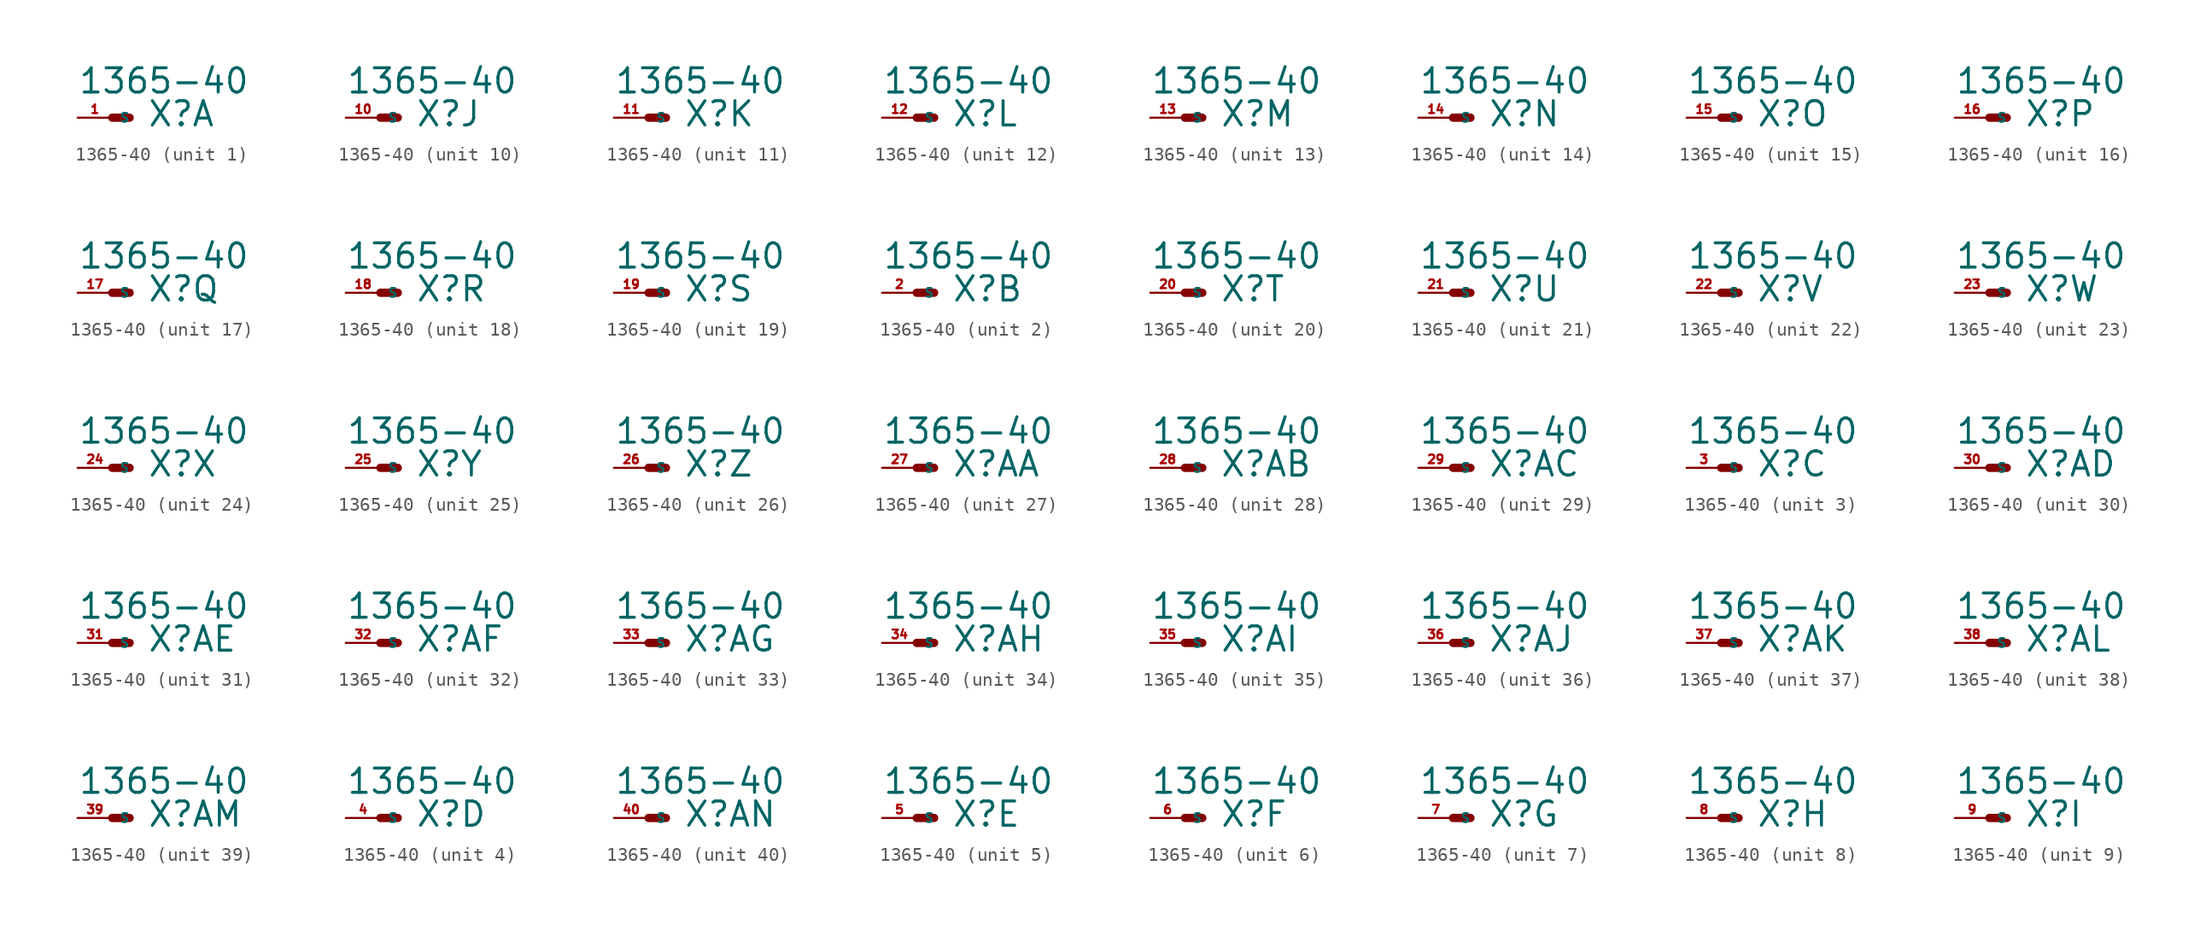
<source format=kicad_sym>
(kicad_symbol_lib
  (version 20220914)
  (generator Eagle2Kicad)
  (symbol "1365-40"
    (property "Reference" "X"
      (at 2.54 -0.762 0)
      (effects (font (size 1.778 1.778) (thickness 0.22)) (justify left bottom)))
    (property "Value" "1365-40"
      (at -2.54 1.651 0)
      (effects (font (size 1.778 1.778) (thickness 0.22)) (justify left bottom)))
    (symbol "1365-40_1_0"
      (polyline (pts (xy 0 0) (xy 1.27 0)) (stroke (width 0.61) (type default)) (fill (type none)))
      (pin passive line (at -2.54 0 0) (length 2.54) (name "S" (effects (font (size 0.635 0.635) (thickness 0.08)) (justify left bottom))) (number "1" (effects (font (size 0.635 0.635) (thickness 0.08)) (justify left bottom)))))
    (symbol "1365-40_2_0"
      (polyline (pts (xy 0 0) (xy 1.27 0)) (stroke (width 0.61) (type default)) (fill (type none)))
      (pin passive line (at -2.54 0 0) (length 2.54) (name "S" (effects (font (size 0.635 0.635) (thickness 0.08)) (justify left bottom))) (number "2" (effects (font (size 0.635 0.635) (thickness 0.08)) (justify left bottom)))))
    (symbol "1365-40_3_0"
      (polyline (pts (xy 0 0) (xy 1.27 0)) (stroke (width 0.61) (type default)) (fill (type none)))
      (pin passive line (at -2.54 0 0) (length 2.54) (name "S" (effects (font (size 0.635 0.635) (thickness 0.08)) (justify left bottom))) (number "3" (effects (font (size 0.635 0.635) (thickness 0.08)) (justify left bottom)))))
    (symbol "1365-40_4_0"
      (polyline (pts (xy 0 0) (xy 1.27 0)) (stroke (width 0.61) (type default)) (fill (type none)))
      (pin passive line (at -2.54 0 0) (length 2.54) (name "S" (effects (font (size 0.635 0.635) (thickness 0.08)) (justify left bottom))) (number "4" (effects (font (size 0.635 0.635) (thickness 0.08)) (justify left bottom)))))
    (symbol "1365-40_5_0"
      (polyline (pts (xy 0 0) (xy 1.27 0)) (stroke (width 0.61) (type default)) (fill (type none)))
      (pin passive line (at -2.54 0 0) (length 2.54) (name "S" (effects (font (size 0.635 0.635) (thickness 0.08)) (justify left bottom))) (number "5" (effects (font (size 0.635 0.635) (thickness 0.08)) (justify left bottom)))))
    (symbol "1365-40_6_0"
      (polyline (pts (xy 0 0) (xy 1.27 0)) (stroke (width 0.61) (type default)) (fill (type none)))
      (pin passive line (at -2.54 0 0) (length 2.54) (name "S" (effects (font (size 0.635 0.635) (thickness 0.08)) (justify left bottom))) (number "6" (effects (font (size 0.635 0.635) (thickness 0.08)) (justify left bottom)))))
    (symbol "1365-40_7_0"
      (polyline (pts (xy 0 0) (xy 1.27 0)) (stroke (width 0.61) (type default)) (fill (type none)))
      (pin passive line (at -2.54 0 0) (length 2.54) (name "S" (effects (font (size 0.635 0.635) (thickness 0.08)) (justify left bottom))) (number "7" (effects (font (size 0.635 0.635) (thickness 0.08)) (justify left bottom)))))
    (symbol "1365-40_8_0"
      (polyline (pts (xy 0 0) (xy 1.27 0)) (stroke (width 0.61) (type default)) (fill (type none)))
      (pin passive line (at -2.54 0 0) (length 2.54) (name "S" (effects (font (size 0.635 0.635) (thickness 0.08)) (justify left bottom))) (number "8" (effects (font (size 0.635 0.635) (thickness 0.08)) (justify left bottom)))))
    (symbol "1365-40_9_0"
      (polyline (pts (xy 0 0) (xy 1.27 0)) (stroke (width 0.61) (type default)) (fill (type none)))
      (pin passive line (at -2.54 0 0) (length 2.54) (name "S" (effects (font (size 0.635 0.635) (thickness 0.08)) (justify left bottom))) (number "9" (effects (font (size 0.635 0.635) (thickness 0.08)) (justify left bottom)))))
    (symbol "1365-40_10_0"
      (polyline (pts (xy 0 0) (xy 1.27 0)) (stroke (width 0.61) (type default)) (fill (type none)))
      (pin passive line (at -2.54 0 0) (length 2.54) (name "S" (effects (font (size 0.635 0.635) (thickness 0.08)) (justify left bottom))) (number "10" (effects (font (size 0.635 0.635) (thickness 0.08)) (justify left bottom)))))
    (symbol "1365-40_11_0"
      (polyline (pts (xy 0 0) (xy 1.27 0)) (stroke (width 0.61) (type default)) (fill (type none)))
      (pin passive line (at -2.54 0 0) (length 2.54) (name "S" (effects (font (size 0.635 0.635) (thickness 0.08)) (justify left bottom))) (number "11" (effects (font (size 0.635 0.635) (thickness 0.08)) (justify left bottom)))))
    (symbol "1365-40_12_0"
      (polyline (pts (xy 0 0) (xy 1.27 0)) (stroke (width 0.61) (type default)) (fill (type none)))
      (pin passive line (at -2.54 0 0) (length 2.54) (name "S" (effects (font (size 0.635 0.635) (thickness 0.08)) (justify left bottom))) (number "12" (effects (font (size 0.635 0.635) (thickness 0.08)) (justify left bottom)))))
    (symbol "1365-40_13_0"
      (polyline (pts (xy 0 0) (xy 1.27 0)) (stroke (width 0.61) (type default)) (fill (type none)))
      (pin passive line (at -2.54 0 0) (length 2.54) (name "S" (effects (font (size 0.635 0.635) (thickness 0.08)) (justify left bottom))) (number "13" (effects (font (size 0.635 0.635) (thickness 0.08)) (justify left bottom)))))
    (symbol "1365-40_14_0"
      (polyline (pts (xy 0 0) (xy 1.27 0)) (stroke (width 0.61) (type default)) (fill (type none)))
      (pin passive line (at -2.54 0 0) (length 2.54) (name "S" (effects (font (size 0.635 0.635) (thickness 0.08)) (justify left bottom))) (number "14" (effects (font (size 0.635 0.635) (thickness 0.08)) (justify left bottom)))))
    (symbol "1365-40_15_0"
      (polyline (pts (xy 0 0) (xy 1.27 0)) (stroke (width 0.61) (type default)) (fill (type none)))
      (pin passive line (at -2.54 0 0) (length 2.54) (name "S" (effects (font (size 0.635 0.635) (thickness 0.08)) (justify left bottom))) (number "15" (effects (font (size 0.635 0.635) (thickness 0.08)) (justify left bottom)))))
    (symbol "1365-40_16_0"
      (polyline (pts (xy 0 0) (xy 1.27 0)) (stroke (width 0.61) (type default)) (fill (type none)))
      (pin passive line (at -2.54 0 0) (length 2.54) (name "S" (effects (font (size 0.635 0.635) (thickness 0.08)) (justify left bottom))) (number "16" (effects (font (size 0.635 0.635) (thickness 0.08)) (justify left bottom)))))
    (symbol "1365-40_17_0"
      (polyline (pts (xy 0 0) (xy 1.27 0)) (stroke (width 0.61) (type default)) (fill (type none)))
      (pin passive line (at -2.54 0 0) (length 2.54) (name "S" (effects (font (size 0.635 0.635) (thickness 0.08)) (justify left bottom))) (number "17" (effects (font (size 0.635 0.635) (thickness 0.08)) (justify left bottom)))))
    (symbol "1365-40_18_0"
      (polyline (pts (xy 0 0) (xy 1.27 0)) (stroke (width 0.61) (type default)) (fill (type none)))
      (pin passive line (at -2.54 0 0) (length 2.54) (name "S" (effects (font (size 0.635 0.635) (thickness 0.08)) (justify left bottom))) (number "18" (effects (font (size 0.635 0.635) (thickness 0.08)) (justify left bottom)))))
    (symbol "1365-40_19_0"
      (polyline (pts (xy 0 0) (xy 1.27 0)) (stroke (width 0.61) (type default)) (fill (type none)))
      (pin passive line (at -2.54 0 0) (length 2.54) (name "S" (effects (font (size 0.635 0.635) (thickness 0.08)) (justify left bottom))) (number "19" (effects (font (size 0.635 0.635) (thickness 0.08)) (justify left bottom)))))
    (symbol "1365-40_20_0"
      (polyline (pts (xy 0 0) (xy 1.27 0)) (stroke (width 0.61) (type default)) (fill (type none)))
      (pin passive line (at -2.54 0 0) (length 2.54) (name "S" (effects (font (size 0.635 0.635) (thickness 0.08)) (justify left bottom))) (number "20" (effects (font (size 0.635 0.635) (thickness 0.08)) (justify left bottom)))))
    (symbol "1365-40_21_0"
      (polyline (pts (xy 0 0) (xy 1.27 0)) (stroke (width 0.61) (type default)) (fill (type none)))
      (pin passive line (at -2.54 0 0) (length 2.54) (name "S" (effects (font (size 0.635 0.635) (thickness 0.08)) (justify left bottom))) (number "21" (effects (font (size 0.635 0.635) (thickness 0.08)) (justify left bottom)))))
    (symbol "1365-40_22_0"
      (polyline (pts (xy 0 0) (xy 1.27 0)) (stroke (width 0.61) (type default)) (fill (type none)))
      (pin passive line (at -2.54 0 0) (length 2.54) (name "S" (effects (font (size 0.635 0.635) (thickness 0.08)) (justify left bottom))) (number "22" (effects (font (size 0.635 0.635) (thickness 0.08)) (justify left bottom)))))
    (symbol "1365-40_23_0"
      (polyline (pts (xy 0 0) (xy 1.27 0)) (stroke (width 0.61) (type default)) (fill (type none)))
      (pin passive line (at -2.54 0 0) (length 2.54) (name "S" (effects (font (size 0.635 0.635) (thickness 0.08)) (justify left bottom))) (number "23" (effects (font (size 0.635 0.635) (thickness 0.08)) (justify left bottom)))))
    (symbol "1365-40_24_0"
      (polyline (pts (xy 0 0) (xy 1.27 0)) (stroke (width 0.61) (type default)) (fill (type none)))
      (pin passive line (at -2.54 0 0) (length 2.54) (name "S" (effects (font (size 0.635 0.635) (thickness 0.08)) (justify left bottom))) (number "24" (effects (font (size 0.635 0.635) (thickness 0.08)) (justify left bottom)))))
    (symbol "1365-40_25_0"
      (polyline (pts (xy 0 0) (xy 1.27 0)) (stroke (width 0.61) (type default)) (fill (type none)))
      (pin passive line (at -2.54 0 0) (length 2.54) (name "S" (effects (font (size 0.635 0.635) (thickness 0.08)) (justify left bottom))) (number "25" (effects (font (size 0.635 0.635) (thickness 0.08)) (justify left bottom)))))
    (symbol "1365-40_26_0"
      (polyline (pts (xy 0 0) (xy 1.27 0)) (stroke (width 0.61) (type default)) (fill (type none)))
      (pin passive line (at -2.54 0 0) (length 2.54) (name "S" (effects (font (size 0.635 0.635) (thickness 0.08)) (justify left bottom))) (number "26" (effects (font (size 0.635 0.635) (thickness 0.08)) (justify left bottom)))))
    (symbol "1365-40_27_0"
      (polyline (pts (xy 0 0) (xy 1.27 0)) (stroke (width 0.61) (type default)) (fill (type none)))
      (pin passive line (at -2.54 0 0) (length 2.54) (name "S" (effects (font (size 0.635 0.635) (thickness 0.08)) (justify left bottom))) (number "27" (effects (font (size 0.635 0.635) (thickness 0.08)) (justify left bottom)))))
    (symbol "1365-40_28_0"
      (polyline (pts (xy 0 0) (xy 1.27 0)) (stroke (width 0.61) (type default)) (fill (type none)))
      (pin passive line (at -2.54 0 0) (length 2.54) (name "S" (effects (font (size 0.635 0.635) (thickness 0.08)) (justify left bottom))) (number "28" (effects (font (size 0.635 0.635) (thickness 0.08)) (justify left bottom)))))
    (symbol "1365-40_29_0"
      (polyline (pts (xy 0 0) (xy 1.27 0)) (stroke (width 0.61) (type default)) (fill (type none)))
      (pin passive line (at -2.54 0 0) (length 2.54) (name "S" (effects (font (size 0.635 0.635) (thickness 0.08)) (justify left bottom))) (number "29" (effects (font (size 0.635 0.635) (thickness 0.08)) (justify left bottom)))))
    (symbol "1365-40_30_0"
      (polyline (pts (xy 0 0) (xy 1.27 0)) (stroke (width 0.61) (type default)) (fill (type none)))
      (pin passive line (at -2.54 0 0) (length 2.54) (name "S" (effects (font (size 0.635 0.635) (thickness 0.08)) (justify left bottom))) (number "30" (effects (font (size 0.635 0.635) (thickness 0.08)) (justify left bottom)))))
    (symbol "1365-40_31_0"
      (polyline (pts (xy 0 0) (xy 1.27 0)) (stroke (width 0.61) (type default)) (fill (type none)))
      (pin passive line (at -2.54 0 0) (length 2.54) (name "S" (effects (font (size 0.635 0.635) (thickness 0.08)) (justify left bottom))) (number "31" (effects (font (size 0.635 0.635) (thickness 0.08)) (justify left bottom)))))
    (symbol "1365-40_32_0"
      (polyline (pts (xy 0 0) (xy 1.27 0)) (stroke (width 0.61) (type default)) (fill (type none)))
      (pin passive line (at -2.54 0 0) (length 2.54) (name "S" (effects (font (size 0.635 0.635) (thickness 0.08)) (justify left bottom))) (number "32" (effects (font (size 0.635 0.635) (thickness 0.08)) (justify left bottom)))))
    (symbol "1365-40_33_0"
      (polyline (pts (xy 0 0) (xy 1.27 0)) (stroke (width 0.61) (type default)) (fill (type none)))
      (pin passive line (at -2.54 0 0) (length 2.54) (name "S" (effects (font (size 0.635 0.635) (thickness 0.08)) (justify left bottom))) (number "33" (effects (font (size 0.635 0.635) (thickness 0.08)) (justify left bottom)))))
    (symbol "1365-40_34_0"
      (polyline (pts (xy 0 0) (xy 1.27 0)) (stroke (width 0.61) (type default)) (fill (type none)))
      (pin passive line (at -2.54 0 0) (length 2.54) (name "S" (effects (font (size 0.635 0.635) (thickness 0.08)) (justify left bottom))) (number "34" (effects (font (size 0.635 0.635) (thickness 0.08)) (justify left bottom)))))
    (symbol "1365-40_35_0"
      (polyline (pts (xy 0 0) (xy 1.27 0)) (stroke (width 0.61) (type default)) (fill (type none)))
      (pin passive line (at -2.54 0 0) (length 2.54) (name "S" (effects (font (size 0.635 0.635) (thickness 0.08)) (justify left bottom))) (number "35" (effects (font (size 0.635 0.635) (thickness 0.08)) (justify left bottom)))))
    (symbol "1365-40_36_0"
      (polyline (pts (xy 0 0) (xy 1.27 0)) (stroke (width 0.61) (type default)) (fill (type none)))
      (pin passive line (at -2.54 0 0) (length 2.54) (name "S" (effects (font (size 0.635 0.635) (thickness 0.08)) (justify left bottom))) (number "36" (effects (font (size 0.635 0.635) (thickness 0.08)) (justify left bottom)))))
    (symbol "1365-40_37_0"
      (polyline (pts (xy 0 0) (xy 1.27 0)) (stroke (width 0.61) (type default)) (fill (type none)))
      (pin passive line (at -2.54 0 0) (length 2.54) (name "S" (effects (font (size 0.635 0.635) (thickness 0.08)) (justify left bottom))) (number "37" (effects (font (size 0.635 0.635) (thickness 0.08)) (justify left bottom)))))
    (symbol "1365-40_38_0"
      (polyline (pts (xy 0 0) (xy 1.27 0)) (stroke (width 0.61) (type default)) (fill (type none)))
      (pin passive line (at -2.54 0 0) (length 2.54) (name "S" (effects (font (size 0.635 0.635) (thickness 0.08)) (justify left bottom))) (number "38" (effects (font (size 0.635 0.635) (thickness 0.08)) (justify left bottom)))))
    (symbol "1365-40_39_0"
      (polyline (pts (xy 0 0) (xy 1.27 0)) (stroke (width 0.61) (type default)) (fill (type none)))
      (pin passive line (at -2.54 0 0) (length 2.54) (name "S" (effects (font (size 0.635 0.635) (thickness 0.08)) (justify left bottom))) (number "39" (effects (font (size 0.635 0.635) (thickness 0.08)) (justify left bottom)))))
    (symbol "1365-40_40_0"
      (polyline (pts (xy 0 0) (xy 1.27 0)) (stroke (width 0.61) (type default)) (fill (type none)))
      (pin passive line (at -2.54 0 0) (length 2.54) (name "S" (effects (font (size 0.635 0.635) (thickness 0.08)) (justify left bottom))) (number "40" (effects (font (size 0.635 0.635) (thickness 0.08)) (justify left bottom)))))))
</source>
